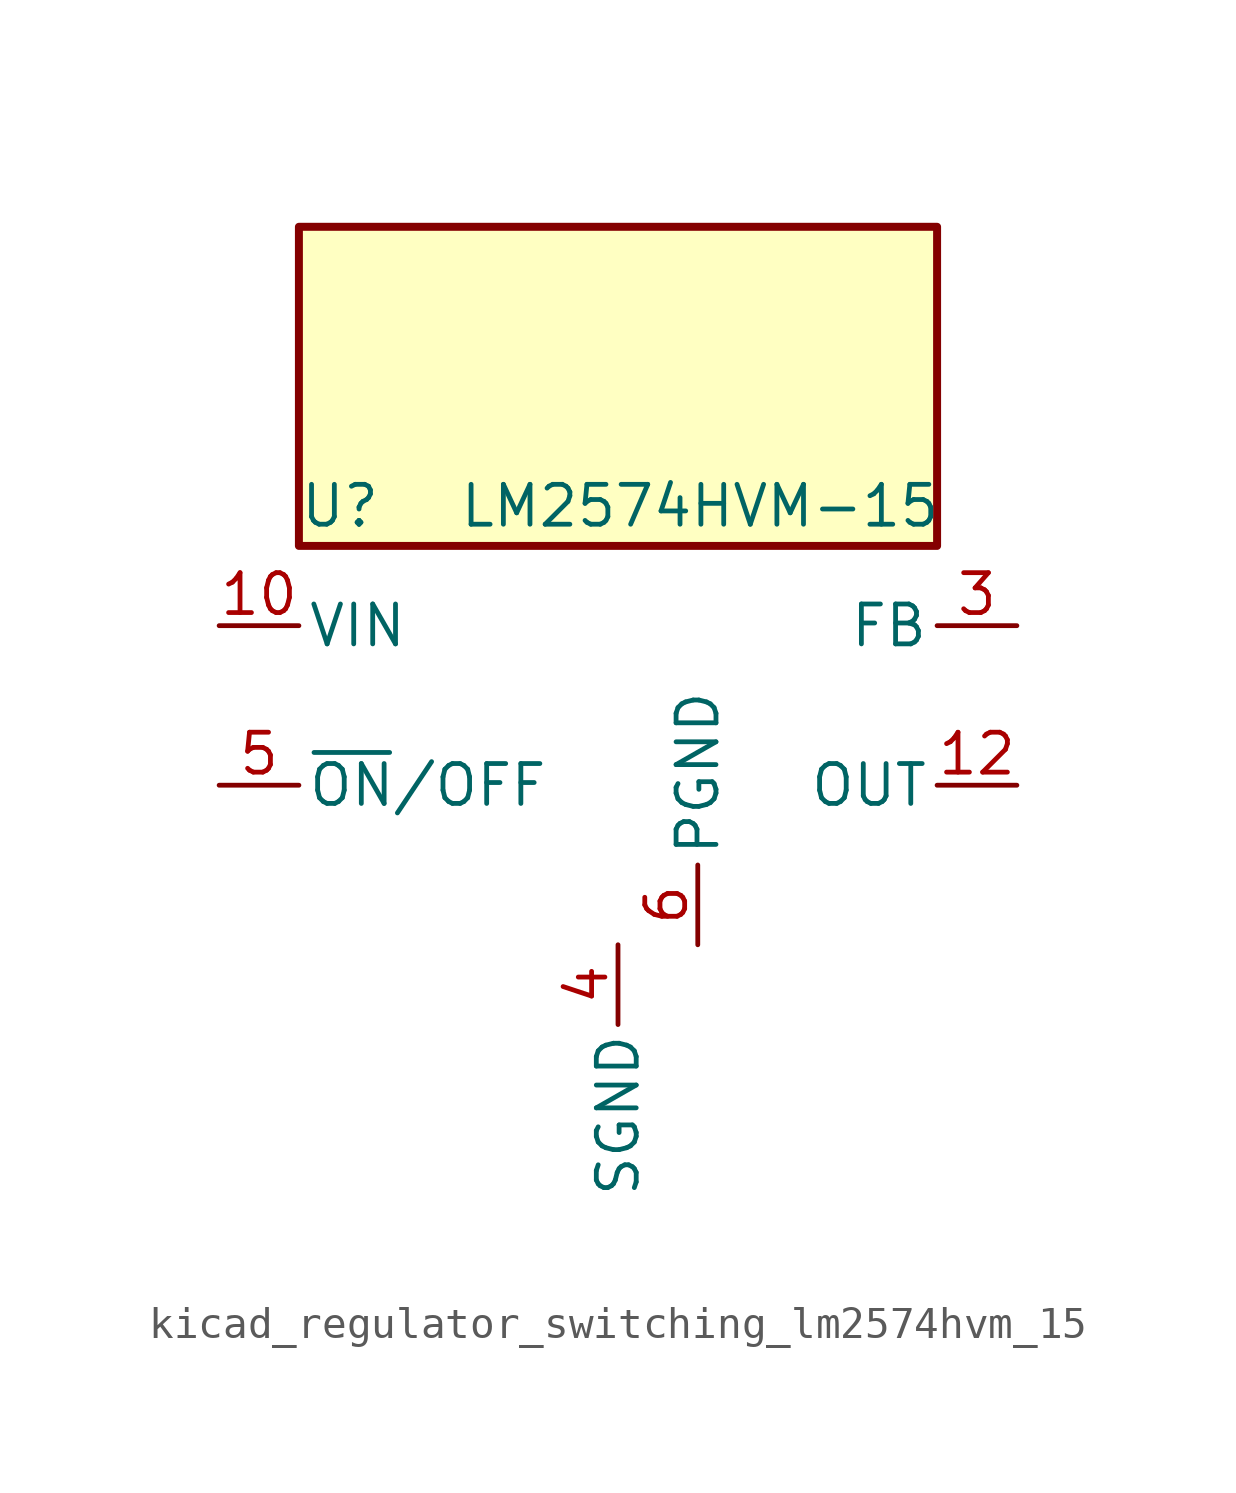
<source format=kicad_sym>
(kicad_symbol_lib
  (version 20220914)
  (generator kicad_symbol_editor)
  (symbol "kicad_regulator_switching_lm2574hvm_15"
    (pin_names
      (offset 0.254))
    (property "Reference" "U"
      (at -10.16 6.35 0)
      (effects (font (size 1.27 1.27)) (justify left)))
    (property "Value" "LM2574HVM-15"
      (at -5.08 6.35 0)
      (effects (font (size 1.27 1.27)) (justify left)))
    (symbol "kicad_regulator_switching_lm2574hvm_15_0_1"
      (rectangle (start 10.16 15.24) (end -10.16 5.08) (stroke (width 0.254) (type default)) (fill (type background))))
    (symbol "kicad_regulator_switching_lm2574hvm_15_1_1"
      (pin power_in line (at -12.7 2.54 0) (length 2.54) (name "VIN" (effects (font (size 1.27 1.27)))) (number "10" (effects (font (size 1.27 1.27)))))
      (pin output line (at 12.7 -2.54 180) (length 2.54) (name "OUT" (effects (font (size 1.27 1.27)))) (number "12" (effects (font (size 1.27 1.27)))))
      (pin input line (at 12.7 2.54 180) (length 2.54) (name "FB" (effects (font (size 1.27 1.27)))) (number "3" (effects (font (size 1.27 1.27)))))
      (pin power_in line (at 0 -7.62 270) (length 2.54) (name "SGND" (effects (font (size 1.27 1.27)))) (number "4" (effects (font (size 1.27 1.27)))))
      (pin input line (at -12.7 -2.54 0) (length 2.54) (name "~{ON}/OFF" (effects (font (size 1.27 1.27)))) (number "5" (effects (font (size 1.27 1.27)))))
      (pin power_in line (at 2.54 -7.62 90) (length 2.54) (name "PGND" (effects (font (size 1.27 1.27)))) (number "6" (effects (font (size 1.27 1.27))))))))
</source>
